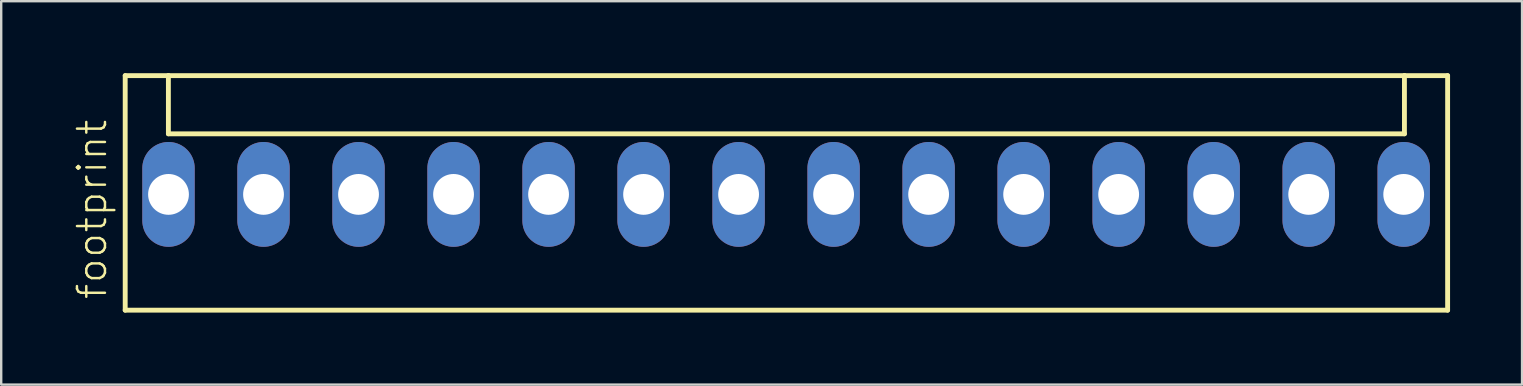
<source format=kicad_pcb>
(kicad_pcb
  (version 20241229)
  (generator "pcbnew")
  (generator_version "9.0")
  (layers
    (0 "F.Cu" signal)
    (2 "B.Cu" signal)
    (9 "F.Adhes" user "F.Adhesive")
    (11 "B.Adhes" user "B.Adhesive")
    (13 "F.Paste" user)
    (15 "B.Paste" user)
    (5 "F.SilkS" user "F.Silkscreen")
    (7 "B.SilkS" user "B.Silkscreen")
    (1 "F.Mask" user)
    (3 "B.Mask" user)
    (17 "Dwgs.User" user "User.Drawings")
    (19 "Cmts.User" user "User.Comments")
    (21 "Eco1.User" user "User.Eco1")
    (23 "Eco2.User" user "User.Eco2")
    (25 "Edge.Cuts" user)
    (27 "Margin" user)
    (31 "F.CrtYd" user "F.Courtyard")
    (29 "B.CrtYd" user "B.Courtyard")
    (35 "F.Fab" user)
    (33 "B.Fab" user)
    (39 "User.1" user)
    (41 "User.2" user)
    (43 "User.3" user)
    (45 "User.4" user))
  (footprint "footprint"
    (layer "F.Cu")
    (at 29.713 5.052)
    (property "Reference" "footprint" (at -28.24 4.445 90) (layer "F.SilkS") (effects (font (size 1.168 1.168) (thickness 0.102)) (justify left bottom)))
    (fp_line (start -27.545 -4.95) (end -27.545 4.825) (stroke (width 0.203) (type solid)) (layer "F.SilkS"))
    (fp_line (start -27.545 4.825) (end 27.57 4.825) (stroke (width 0.203) (type solid)) (layer "F.SilkS"))
    (fp_line (start -25.745 -4.95) (end -27.545 -4.95) (stroke (width 0.203) (type solid)) (layer "F.SilkS"))
    (fp_line (start -25.745 -2.525) (end -25.745 -4.95) (stroke (width 0.203) (type solid)) (layer "F.SilkS"))
    (fp_line (start -25.745 -2.525) (end 25.77 -2.525) (stroke (width 0.203) (type solid)) (layer "F.SilkS"))
    (fp_line (start 25.77 -4.95) (end -25.745 -4.95) (stroke (width 0.203) (type solid)) (layer "F.SilkS"))
    (fp_line (start 25.77 -2.525) (end 25.77 -4.95) (stroke (width 0.203) (type solid)) (layer "F.SilkS"))
    (fp_line (start 27.57 -4.95) (end 25.77 -4.95) (stroke (width 0.203) (type solid)) (layer "F.SilkS"))
    (fp_line (start 27.57 4.825) (end 27.57 -4.95) (stroke (width 0.203) (type solid)) (layer "F.SilkS"))
    (pad "1" thru_hole oval (at -25.74 0 90) (size 4.369 2.184) (drill 1.7) (layers "*.Cu" "*.Mask"))
    (pad "2" thru_hole oval (at -21.78 0 90) (size 4.369 2.184) (drill 1.7) (layers "*.Cu" "*.Mask"))
    (pad "3" thru_hole oval (at -17.82 0 90) (size 4.369 2.184) (drill 1.7) (layers "*.Cu" "*.Mask"))
    (pad "4" thru_hole oval (at -13.86 0 90) (size 4.369 2.184) (drill 1.7) (layers "*.Cu" "*.Mask"))
    (pad "5" thru_hole oval (at -9.9 0 90) (size 4.369 2.184) (drill 1.7) (layers "*.Cu" "*.Mask"))
    (pad "6" thru_hole oval (at -5.94 0 90) (size 4.369 2.184) (drill 1.7) (layers "*.Cu" "*.Mask"))
    (pad "7" thru_hole oval (at -1.98 0 90) (size 4.369 2.184) (drill 1.7) (layers "*.Cu" "*.Mask"))
    (pad "8" thru_hole oval (at 1.98 0 90) (size 4.369 2.184) (drill 1.7) (layers "*.Cu" "*.Mask"))
    (pad "9" thru_hole oval (at 5.94 0 90) (size 4.369 2.184) (drill 1.7) (layers "*.Cu" "*.Mask"))
    (pad "10" thru_hole oval (at 9.9 0 90) (size 4.369 2.184) (drill 1.7) (layers "*.Cu" "*.Mask"))
    (pad "11" thru_hole oval (at 13.86 0 90) (size 4.369 2.184) (drill 1.7) (layers "*.Cu" "*.Mask"))
    (pad "12" thru_hole oval (at 17.82 0 90) (size 4.369 2.184) (drill 1.7) (layers "*.Cu" "*.Mask"))
    (pad "13" thru_hole oval (at 21.78 0 90) (size 4.369 2.184) (drill 1.7) (layers "*.Cu" "*.Mask"))
    (pad "14" thru_hole oval (at 25.74 0 90) (size 4.369 2.184) (drill 1.7) (layers "*.Cu" "*.Mask")))
  (gr_rect
    (start -3 -3)
    (end 60.385 12.978)
    (stroke (width 0.1) (type default))
    (fill no)
    (layer "Edge.Cuts")))
</source>
